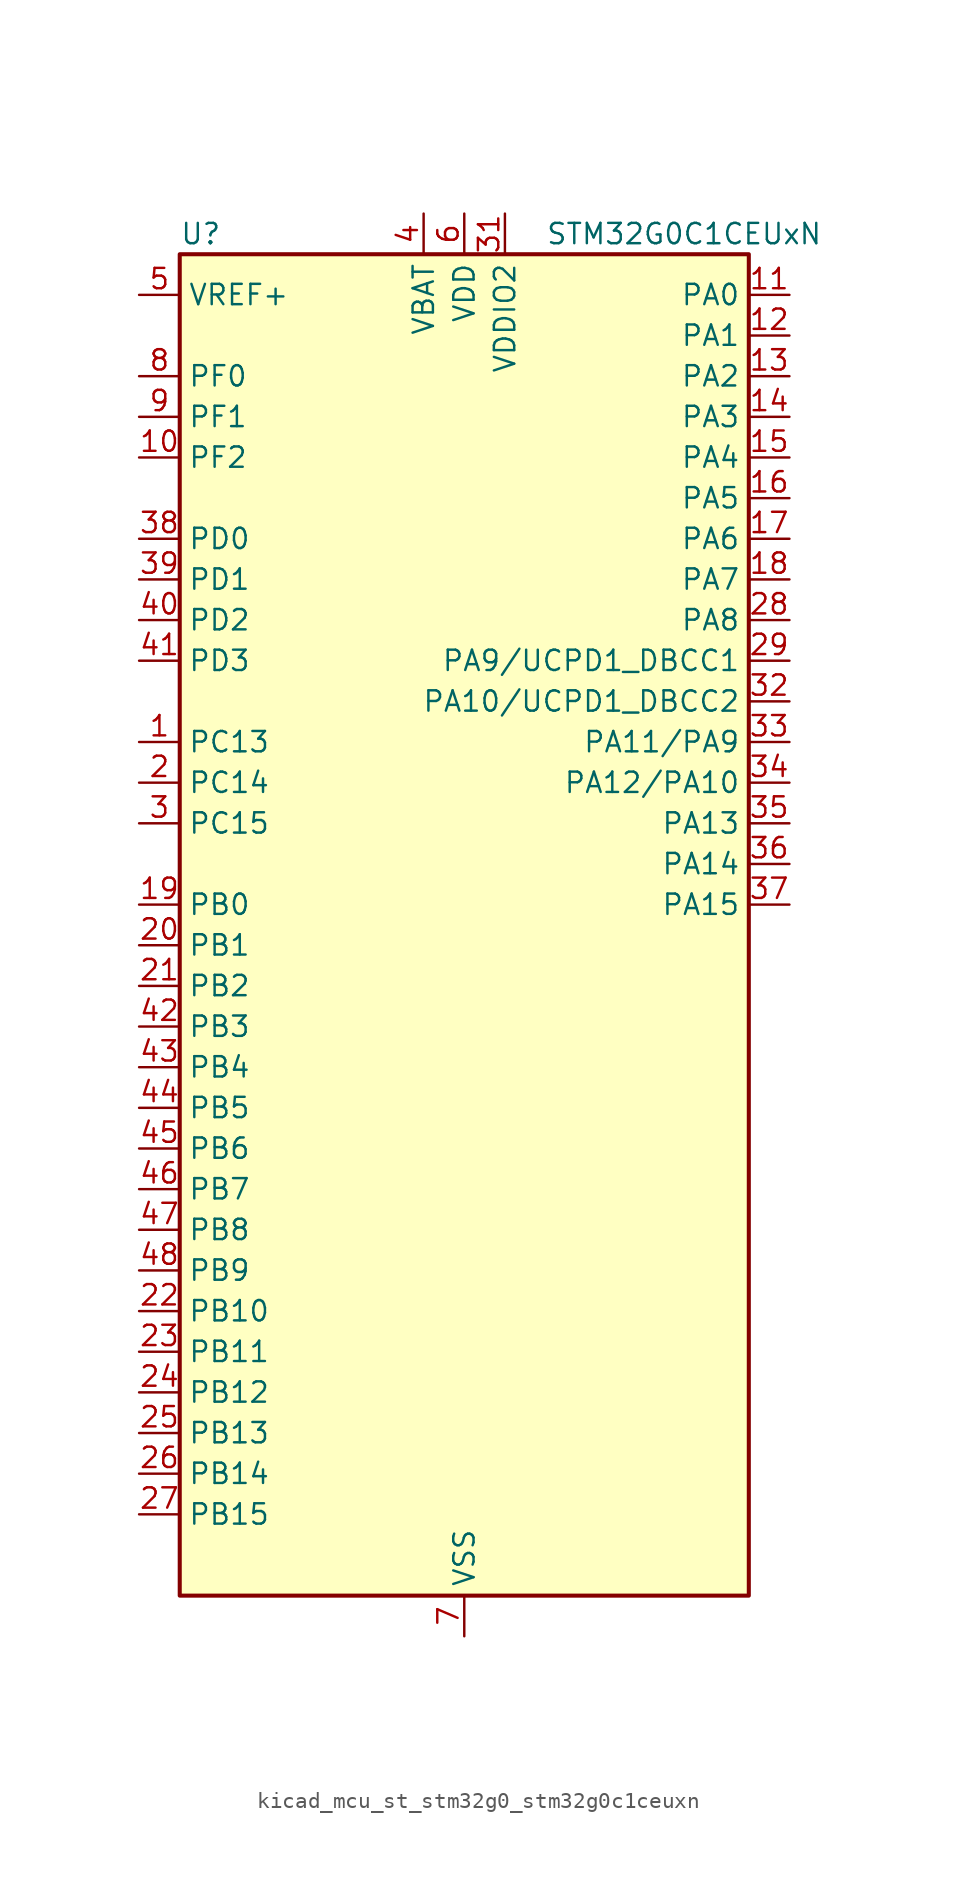
<source format=kicad_sym>
(kicad_symbol_lib
  (version 20220914)
  (generator kicad_symbol_editor)
  (symbol "kicad_mcu_st_stm32g0_stm32g0c1ceuxn"
    (property "Reference" "U"
      (at -17.78 44.45 0)
      (effects (font (size 1.27 1.27)) (justify left)))
    (property "Value" "STM32G0C1CEUxN"
      (at 5.08 44.45 0)
      (effects (font (size 1.27 1.27)) (justify left)))
    (property "ki_locked" ""
      (at 0 0 0)
      (effects (font (size 1.27 1.27))))
    (symbol "kicad_mcu_st_stm32g0_stm32g0c1ceuxn_0_1"
      (rectangle (start -17.78 -40.64) (end 17.78 43.18) (stroke (width 0.254) (type default)) (fill (type background))))
    (symbol "kicad_mcu_st_stm32g0_stm32g0c1ceuxn_1_1"
      (pin bidirectional line (at -20.32 12.7 0) (length 2.54) (name "PC13" (effects (font (size 1.27 1.27)))) (number "1" (effects (font (size 1.27 1.27)))) (alternate "RTC_OUT1" bidirectional line) (alternate "RTC_TAMP_IN1" bidirectional line) (alternate "RTC_TS" bidirectional line) (alternate "SYS_WKUP2" bidirectional line) (alternate "TIM1_BK" bidirectional line))
      (pin bidirectional line (at -20.32 30.48 0) (length 2.54) (name "PF2" (effects (font (size 1.27 1.27)))) (number "10" (effects (font (size 1.27 1.27)))) (alternate "LPUART2_DE" bidirectional line) (alternate "LPUART2_RTS" bidirectional line) (alternate "LPUART2_TX" bidirectional line) (alternate "RCC_MCO" bidirectional line))
      (pin bidirectional line (at 20.32 40.64 180) (length 2.54) (name "PA0" (effects (font (size 1.27 1.27)))) (number "11" (effects (font (size 1.27 1.27)))) (alternate "ADC1_IN0" bidirectional line) (alternate "COMP1_INM" bidirectional line) (alternate "COMP1_OUT" bidirectional line) (alternate "I2S2_CK" bidirectional line) (alternate "LPTIM1_OUT" bidirectional line) (alternate "RTC_TAMP_IN2" bidirectional line) (alternate "SPI2_SCK" bidirectional line) (alternate "SYS_WKUP1" bidirectional line) (alternate "TIM2_CH1" bidirectional line) (alternate "TIM2_ETR" bidirectional line) (alternate "UCPD2_FRSTX1" bidirectional line) (alternate "UCPD2_FRSTX2" bidirectional line) (alternate "USART2_CTS" bidirectional line) (alternate "USART2_NSS" bidirectional line) (alternate "USART4_TX" bidirectional line))
      (pin bidirectional line (at 20.32 38.1 180) (length 2.54) (name "PA1" (effects (font (size 1.27 1.27)))) (number "12" (effects (font (size 1.27 1.27)))) (alternate "ADC1_IN1" bidirectional line) (alternate "COMP1_INP" bidirectional line) (alternate "I2C1_SMBA" bidirectional line) (alternate "I2S1_CK" bidirectional line) (alternate "SPI1_SCK" bidirectional line) (alternate "TIM15_CH1N" bidirectional line) (alternate "TIM2_CH2" bidirectional line) (alternate "USART2_CK" bidirectional line) (alternate "USART2_DE" bidirectional line) (alternate "USART2_RTS" bidirectional line) (alternate "USART4_RX" bidirectional line))
      (pin bidirectional line (at 20.32 35.56 180) (length 2.54) (name "PA2" (effects (font (size 1.27 1.27)))) (number "13" (effects (font (size 1.27 1.27)))) (alternate "ADC1_IN2" bidirectional line) (alternate "COMP2_INM" bidirectional line) (alternate "COMP2_OUT" bidirectional line) (alternate "I2S1_SD" bidirectional line) (alternate "LPUART1_TX" bidirectional line) (alternate "RCC_LSCO" bidirectional line) (alternate "SPI1_MOSI" bidirectional line) (alternate "SYS_WKUP4" bidirectional line) (alternate "TIM15_CH1" bidirectional line) (alternate "TIM2_CH3" bidirectional line) (alternate "UCPD1_FRSTX1" bidirectional line) (alternate "UCPD1_FRSTX2" bidirectional line) (alternate "USART2_TX" bidirectional line))
      (pin bidirectional line (at 20.32 33.02 180) (length 2.54) (name "PA3" (effects (font (size 1.27 1.27)))) (number "14" (effects (font (size 1.27 1.27)))) (alternate "ADC1_IN3" bidirectional line) (alternate "COMP2_INP" bidirectional line) (alternate "I2S2_MCK" bidirectional line) (alternate "LPUART1_RX" bidirectional line) (alternate "SPI2_MISO" bidirectional line) (alternate "TIM15_CH2" bidirectional line) (alternate "TIM2_CH4" bidirectional line) (alternate "UCPD2_FRSTX1" bidirectional line) (alternate "UCPD2_FRSTX2" bidirectional line) (alternate "USART2_RX" bidirectional line))
      (pin bidirectional line (at 20.32 30.48 180) (length 2.54) (name "PA4" (effects (font (size 1.27 1.27)))) (number "15" (effects (font (size 1.27 1.27)))) (alternate "ADC1_IN4" bidirectional line) (alternate "DAC1_OUT1" bidirectional line) (alternate "I2S1_WS" bidirectional line) (alternate "I2S2_SD" bidirectional line) (alternate "LPTIM2_OUT" bidirectional line) (alternate "RTC_OUT2" bidirectional line) (alternate "SPI1_NSS" bidirectional line) (alternate "SPI2_MOSI" bidirectional line) (alternate "SPI3_NSS" bidirectional line) (alternate "TIM14_CH1" bidirectional line) (alternate "UCPD2_FRSTX1" bidirectional line) (alternate "UCPD2_FRSTX2" bidirectional line) (alternate "USART6_TX" bidirectional line) (alternate "USB_NOE" bidirectional line))
      (pin bidirectional line (at 20.32 27.94 180) (length 2.54) (name "PA5" (effects (font (size 1.27 1.27)))) (number "16" (effects (font (size 1.27 1.27)))) (alternate "ADC1_IN5" bidirectional line) (alternate "CEC" bidirectional line) (alternate "DAC1_OUT2" bidirectional line) (alternate "I2S1_CK" bidirectional line) (alternate "LPTIM2_ETR" bidirectional line) (alternate "SPI1_SCK" bidirectional line) (alternate "TIM2_CH1" bidirectional line) (alternate "TIM2_ETR" bidirectional line) (alternate "UCPD1_FRSTX1" bidirectional line) (alternate "UCPD1_FRSTX2" bidirectional line) (alternate "USART3_TX" bidirectional line) (alternate "USART6_RX" bidirectional line))
      (pin bidirectional line (at 20.32 25.4 180) (length 2.54) (name "PA6" (effects (font (size 1.27 1.27)))) (number "17" (effects (font (size 1.27 1.27)))) (alternate "ADC1_IN6" bidirectional line) (alternate "COMP1_OUT" bidirectional line) (alternate "I2C2_SDA" bidirectional line) (alternate "I2C3_SDA" bidirectional line) (alternate "I2S1_MCK" bidirectional line) (alternate "LPUART1_CTS" bidirectional line) (alternate "SPI1_MISO" bidirectional line) (alternate "TIM16_CH1" bidirectional line) (alternate "TIM1_BK" bidirectional line) (alternate "TIM3_CH1" bidirectional line) (alternate "USART3_CTS" bidirectional line) (alternate "USART3_NSS" bidirectional line) (alternate "USART6_CTS" bidirectional line) (alternate "USART6_NSS" bidirectional line))
      (pin bidirectional line (at 20.32 22.86 180) (length 2.54) (name "PA7" (effects (font (size 1.27 1.27)))) (number "18" (effects (font (size 1.27 1.27)))) (alternate "ADC1_IN7" bidirectional line) (alternate "COMP2_OUT" bidirectional line) (alternate "I2C2_SCL" bidirectional line) (alternate "I2C3_SCL" bidirectional line) (alternate "I2S1_SD" bidirectional line) (alternate "SPI1_MOSI" bidirectional line) (alternate "TIM14_CH1" bidirectional line) (alternate "TIM17_CH1" bidirectional line) (alternate "TIM1_CH1N" bidirectional line) (alternate "TIM3_CH2" bidirectional line) (alternate "UCPD1_FRSTX1" bidirectional line) (alternate "UCPD1_FRSTX2" bidirectional line) (alternate "USART6_CK" bidirectional line) (alternate "USART6_DE" bidirectional line) (alternate "USART6_RTS" bidirectional line))
      (pin bidirectional line (at -20.32 2.54 0) (length 2.54) (name "PB0" (effects (font (size 1.27 1.27)))) (number "19" (effects (font (size 1.27 1.27)))) (alternate "ADC1_IN8" bidirectional line) (alternate "COMP1_OUT" bidirectional line) (alternate "COMP3_INP" bidirectional line) (alternate "FDCAN2_RX" bidirectional line) (alternate "I2S1_WS" bidirectional line) (alternate "LPTIM1_OUT" bidirectional line) (alternate "LPUART2_CTS" bidirectional line) (alternate "SPI1_NSS" bidirectional line) (alternate "TIM1_CH2N" bidirectional line) (alternate "TIM3_CH3" bidirectional line) (alternate "UCPD1_FRSTX1" bidirectional line) (alternate "UCPD1_FRSTX2" bidirectional line) (alternate "USART3_RX" bidirectional line) (alternate "USART5_TX" bidirectional line))
      (pin bidirectional line (at -20.32 10.16 0) (length 2.54) (name "PC14" (effects (font (size 1.27 1.27)))) (number "2" (effects (font (size 1.27 1.27)))) (alternate "RCC_OSC32_IN" bidirectional line) (alternate "TIM1_BK2" bidirectional line))
      (pin bidirectional line (at -20.32 0 0) (length 2.54) (name "PB1" (effects (font (size 1.27 1.27)))) (number "20" (effects (font (size 1.27 1.27)))) (alternate "ADC1_IN9" bidirectional line) (alternate "COMP1_INM" bidirectional line) (alternate "COMP3_OUT" bidirectional line) (alternate "FDCAN2_TX" bidirectional line) (alternate "LPTIM2_IN1" bidirectional line) (alternate "LPUART1_DE" bidirectional line) (alternate "LPUART1_RTS" bidirectional line) (alternate "LPUART2_DE" bidirectional line) (alternate "LPUART2_RTS" bidirectional line) (alternate "TIM14_CH1" bidirectional line) (alternate "TIM1_CH3N" bidirectional line) (alternate "TIM3_CH4" bidirectional line) (alternate "USART3_CK" bidirectional line) (alternate "USART3_DE" bidirectional line) (alternate "USART3_RTS" bidirectional line) (alternate "USART5_RX" bidirectional line))
      (pin bidirectional line (at -20.32 -2.54 0) (length 2.54) (name "PB2" (effects (font (size 1.27 1.27)))) (number "21" (effects (font (size 1.27 1.27)))) (alternate "ADC1_IN10" bidirectional line) (alternate "COMP1_INP" bidirectional line) (alternate "COMP3_INM" bidirectional line) (alternate "I2S2_MCK" bidirectional line) (alternate "LPTIM1_OUT" bidirectional line) (alternate "RCC_MCO_2" bidirectional line) (alternate "SPI2_MISO" bidirectional line) (alternate "USART3_TX" bidirectional line))
      (pin bidirectional line (at -20.32 -22.86 0) (length 2.54) (name "PB10" (effects (font (size 1.27 1.27)))) (number "22" (effects (font (size 1.27 1.27)))) (alternate "ADC1_IN11" bidirectional line) (alternate "CEC" bidirectional line) (alternate "COMP1_OUT" bidirectional line) (alternate "I2C2_SCL" bidirectional line) (alternate "I2S2_CK" bidirectional line) (alternate "LPUART1_RX" bidirectional line) (alternate "SPI2_SCK" bidirectional line) (alternate "TIM2_CH3" bidirectional line) (alternate "USART3_TX" bidirectional line))
      (pin bidirectional line (at -20.32 -25.4 0) (length 2.54) (name "PB11" (effects (font (size 1.27 1.27)))) (number "23" (effects (font (size 1.27 1.27)))) (alternate "ADC1_EXTI11" bidirectional line) (alternate "ADC1_IN15" bidirectional line) (alternate "COMP2_OUT" bidirectional line) (alternate "I2C2_SDA" bidirectional line) (alternate "I2S2_SD" bidirectional line) (alternate "LPUART1_TX" bidirectional line) (alternate "SPI2_MOSI" bidirectional line) (alternate "TIM2_CH4" bidirectional line) (alternate "USART3_RX" bidirectional line))
      (pin bidirectional line (at -20.32 -27.94 0) (length 2.54) (name "PB12" (effects (font (size 1.27 1.27)))) (number "24" (effects (font (size 1.27 1.27)))) (alternate "ADC1_IN16" bidirectional line) (alternate "FDCAN2_RX" bidirectional line) (alternate "I2C2_SMBA" bidirectional line) (alternate "I2S2_WS" bidirectional line) (alternate "LPUART1_DE" bidirectional line) (alternate "LPUART1_RTS" bidirectional line) (alternate "SPI2_NSS" bidirectional line) (alternate "TIM15_BK" bidirectional line) (alternate "TIM1_BK" bidirectional line) (alternate "UCPD2_FRSTX1" bidirectional line) (alternate "UCPD2_FRSTX2" bidirectional line))
      (pin bidirectional line (at -20.32 -30.48 0) (length 2.54) (name "PB13" (effects (font (size 1.27 1.27)))) (number "25" (effects (font (size 1.27 1.27)))) (alternate "FDCAN2_TX" bidirectional line) (alternate "I2C2_SCL" bidirectional line) (alternate "I2S2_CK" bidirectional line) (alternate "LPUART1_CTS" bidirectional line) (alternate "SPI2_SCK" bidirectional line) (alternate "TIM15_CH1N" bidirectional line) (alternate "TIM1_CH1N" bidirectional line) (alternate "USART3_CTS" bidirectional line) (alternate "USART3_NSS" bidirectional line))
      (pin bidirectional line (at -20.32 -33.02 0) (length 2.54) (name "PB14" (effects (font (size 1.27 1.27)))) (number "26" (effects (font (size 1.27 1.27)))) (alternate "I2C2_SDA" bidirectional line) (alternate "I2S2_MCK" bidirectional line) (alternate "SPI2_MISO" bidirectional line) (alternate "TIM15_CH1" bidirectional line) (alternate "TIM1_CH2N" bidirectional line) (alternate "UCPD1_FRSTX1" bidirectional line) (alternate "UCPD1_FRSTX2" bidirectional line) (alternate "USART3_CK" bidirectional line) (alternate "USART3_DE" bidirectional line) (alternate "USART3_RTS" bidirectional line) (alternate "USART6_CK" bidirectional line) (alternate "USART6_DE" bidirectional line) (alternate "USART6_RTS" bidirectional line))
      (pin bidirectional line (at -20.32 -35.56 0) (length 2.54) (name "PB15" (effects (font (size 1.27 1.27)))) (number "27" (effects (font (size 1.27 1.27)))) (alternate "I2S2_SD" bidirectional line) (alternate "RTC_REFIN" bidirectional line) (alternate "SPI2_MOSI" bidirectional line) (alternate "TIM15_CH1N" bidirectional line) (alternate "TIM15_CH2" bidirectional line) (alternate "TIM1_CH3N" bidirectional line) (alternate "UCPD1_CC2" bidirectional line) (alternate "USART6_CTS" bidirectional line) (alternate "USART6_NSS" bidirectional line))
      (pin bidirectional line (at 20.32 20.32 180) (length 2.54) (name "PA8" (effects (font (size 1.27 1.27)))) (number "28" (effects (font (size 1.27 1.27)))) (alternate "CRS1_SYNC" bidirectional line) (alternate "I2C2_SMBA" bidirectional line) (alternate "I2S2_WS" bidirectional line) (alternate "LPTIM2_OUT" bidirectional line) (alternate "RCC_MCO" bidirectional line) (alternate "SPI2_NSS" bidirectional line) (alternate "TIM1_CH1" bidirectional line) (alternate "UCPD1_CC1" bidirectional line))
      (pin bidirectional line (at 20.32 17.78 180) (length 2.54) (name "PA9/UCPD1_DBCC1" (effects (font (size 1.27 1.27)))) (number "29" (effects (font (size 1.27 1.27)))) (alternate "DAC1_EXTI9" bidirectional line) (alternate "I2C1_SCL" bidirectional line) (alternate "I2C2_SCL" bidirectional line) (alternate "I2S2_MCK" bidirectional line) (alternate "RCC_MCO" bidirectional line) (alternate "SPI2_MISO" bidirectional line) (alternate "TIM15_BK" bidirectional line) (alternate "TIM1_CH2" bidirectional line) (alternate "UCPD1_DBCC1" bidirectional line) (alternate "USART1_TX" bidirectional line))
      (pin bidirectional line (at -20.32 7.62 0) (length 2.54) (name "PC15" (effects (font (size 1.27 1.27)))) (number "3" (effects (font (size 1.27 1.27)))) (alternate "RCC_OSC32_EN" bidirectional line) (alternate "RCC_OSC32_OUT" bidirectional line) (alternate "RCC_OSC_EN" bidirectional line) (alternate "TIM15_BK" bidirectional line))
      (pin passive line (at 0 -43.18 90) (length 2.54) hide (name "VSS" (effects (font (size 1.27 1.27)))) (number "30" (effects (font (size 1.27 1.27)))))
      (pin power_in line (at 2.54 45.72 270) (length 2.54) (name "VDDIO2" (effects (font (size 1.27 1.27)))) (number "31" (effects (font (size 1.27 1.27)))))
      (pin bidirectional line (at 20.32 15.24 180) (length 2.54) (name "PA10/UCPD1_DBCC2" (effects (font (size 1.27 1.27)))) (number "32" (effects (font (size 1.27 1.27)))) (alternate "I2C1_SDA" bidirectional line) (alternate "I2C2_SDA" bidirectional line) (alternate "I2S2_SD" bidirectional line) (alternate "RCC_MCO_2" bidirectional line) (alternate "SPI2_MOSI" bidirectional line) (alternate "TIM17_BK" bidirectional line) (alternate "TIM1_CH3" bidirectional line) (alternate "UCPD1_DBCC2" bidirectional line) (alternate "USART1_RX" bidirectional line))
      (pin bidirectional line (at 20.32 12.7 180) (length 2.54) (name "PA11/PA9" (effects (font (size 1.27 1.27)))) (number "33" (effects (font (size 1.27 1.27)))) (alternate "ADC1_EXTI11" bidirectional line) (alternate "COMP1_OUT" bidirectional line) (alternate "FDCAN1_RX" bidirectional line) (alternate "I2C2_SCL" bidirectional line) (alternate "I2S1_MCK" bidirectional line) (alternate "SPI1_MISO" bidirectional line) (alternate "TIM1_BK2" bidirectional line) (alternate "TIM1_CH4" bidirectional line) (alternate "USART1_CTS" bidirectional line) (alternate "USART1_NSS" bidirectional line) (alternate "USB_DM" bidirectional line))
      (pin bidirectional line (at 20.32 10.16 180) (length 2.54) (name "PA12/PA10" (effects (font (size 1.27 1.27)))) (number "34" (effects (font (size 1.27 1.27)))) (alternate "COMP2_OUT" bidirectional line) (alternate "FDCAN1_TX" bidirectional line) (alternate "I2C2_SDA" bidirectional line) (alternate "I2S1_SD" bidirectional line) (alternate "I2S_CKIN" bidirectional line) (alternate "SPI1_MOSI" bidirectional line) (alternate "TIM1_ETR" bidirectional line) (alternate "USART1_CK" bidirectional line) (alternate "USART1_DE" bidirectional line) (alternate "USART1_RTS" bidirectional line) (alternate "USB_DP" bidirectional line))
      (pin bidirectional line (at 20.32 7.62 180) (length 2.54) (name "PA13" (effects (font (size 1.27 1.27)))) (number "35" (effects (font (size 1.27 1.27)))) (alternate "IR_OUT" bidirectional line) (alternate "LPUART2_RX" bidirectional line) (alternate "SYS_SWDIO" bidirectional line) (alternate "USB_NOE" bidirectional line))
      (pin bidirectional line (at 20.32 5.08 180) (length 2.54) (name "PA14" (effects (font (size 1.27 1.27)))) (number "36" (effects (font (size 1.27 1.27)))) (alternate "LPUART2_TX" bidirectional line) (alternate "SYS_SWCLK" bidirectional line) (alternate "USART2_TX" bidirectional line))
      (pin bidirectional line (at 20.32 2.54 180) (length 2.54) (name "PA15" (effects (font (size 1.27 1.27)))) (number "37" (effects (font (size 1.27 1.27)))) (alternate "I2C2_SMBA" bidirectional line) (alternate "I2S1_WS" bidirectional line) (alternate "RCC_MCO_2" bidirectional line) (alternate "SPI1_NSS" bidirectional line) (alternate "SPI3_NSS" bidirectional line) (alternate "TIM2_CH1" bidirectional line) (alternate "TIM2_ETR" bidirectional line) (alternate "USART2_RX" bidirectional line) (alternate "USART3_CK" bidirectional line) (alternate "USART3_DE" bidirectional line) (alternate "USART3_RTS" bidirectional line) (alternate "USART4_CK" bidirectional line) (alternate "USART4_DE" bidirectional line) (alternate "USART4_RTS" bidirectional line) (alternate "USB_NOE" bidirectional line))
      (pin bidirectional line (at -20.32 25.4 0) (length 2.54) (name "PD0" (effects (font (size 1.27 1.27)))) (number "38" (effects (font (size 1.27 1.27)))) (alternate "FDCAN1_RX" bidirectional line) (alternate "I2S2_WS" bidirectional line) (alternate "SPI2_NSS" bidirectional line) (alternate "TIM16_CH1" bidirectional line) (alternate "UCPD2_CC1" bidirectional line))
      (pin bidirectional line (at -20.32 22.86 0) (length 2.54) (name "PD1" (effects (font (size 1.27 1.27)))) (number "39" (effects (font (size 1.27 1.27)))) (alternate "FDCAN1_TX" bidirectional line) (alternate "I2S2_CK" bidirectional line) (alternate "SPI2_SCK" bidirectional line) (alternate "TIM17_CH1" bidirectional line) (alternate "UCPD2_DBCC1" bidirectional line))
      (pin power_in line (at -2.54 45.72 270) (length 2.54) (name "VBAT" (effects (font (size 1.27 1.27)))) (number "4" (effects (font (size 1.27 1.27)))))
      (pin bidirectional line (at -20.32 20.32 0) (length 2.54) (name "PD2" (effects (font (size 1.27 1.27)))) (number "40" (effects (font (size 1.27 1.27)))) (alternate "TIM1_CH1N" bidirectional line) (alternate "TIM3_ETR" bidirectional line) (alternate "UCPD2_CC2" bidirectional line) (alternate "USART3_CK" bidirectional line) (alternate "USART3_DE" bidirectional line) (alternate "USART3_RTS" bidirectional line) (alternate "USART5_RX" bidirectional line))
      (pin bidirectional line (at -20.32 17.78 0) (length 2.54) (name "PD3" (effects (font (size 1.27 1.27)))) (number "41" (effects (font (size 1.27 1.27)))) (alternate "I2S2_MCK" bidirectional line) (alternate "SPI2_MISO" bidirectional line) (alternate "TIM1_CH2N" bidirectional line) (alternate "UCPD2_DBCC2" bidirectional line) (alternate "USART2_CTS" bidirectional line) (alternate "USART2_NSS" bidirectional line) (alternate "USART5_TX" bidirectional line))
      (pin bidirectional line (at -20.32 -5.08 0) (length 2.54) (name "PB3" (effects (font (size 1.27 1.27)))) (number "42" (effects (font (size 1.27 1.27)))) (alternate "COMP2_INM" bidirectional line) (alternate "I2C2_SCL" bidirectional line) (alternate "I2C3_SCL" bidirectional line) (alternate "I2S1_CK" bidirectional line) (alternate "SPI1_SCK" bidirectional line) (alternate "SPI3_SCK" bidirectional line) (alternate "TIM1_CH2" bidirectional line) (alternate "TIM2_CH2" bidirectional line) (alternate "USART1_CK" bidirectional line) (alternate "USART1_DE" bidirectional line) (alternate "USART1_RTS" bidirectional line) (alternate "USART5_TX" bidirectional line))
      (pin bidirectional line (at -20.32 -7.62 0) (length 2.54) (name "PB4" (effects (font (size 1.27 1.27)))) (number "43" (effects (font (size 1.27 1.27)))) (alternate "COMP2_INP" bidirectional line) (alternate "I2C2_SDA" bidirectional line) (alternate "I2C3_SDA" bidirectional line) (alternate "I2S1_MCK" bidirectional line) (alternate "SPI1_MISO" bidirectional line) (alternate "SPI3_MISO" bidirectional line) (alternate "TIM17_BK" bidirectional line) (alternate "TIM3_CH1" bidirectional line) (alternate "USART1_CTS" bidirectional line) (alternate "USART1_NSS" bidirectional line) (alternate "USART5_RX" bidirectional line))
      (pin bidirectional line (at -20.32 -10.16 0) (length 2.54) (name "PB5" (effects (font (size 1.27 1.27)))) (number "44" (effects (font (size 1.27 1.27)))) (alternate "COMP2_OUT" bidirectional line) (alternate "FDCAN2_RX" bidirectional line) (alternate "I2C1_SMBA" bidirectional line) (alternate "I2S1_SD" bidirectional line) (alternate "LPTIM1_IN1" bidirectional line) (alternate "SPI1_MOSI" bidirectional line) (alternate "SPI3_MOSI" bidirectional line) (alternate "SYS_WKUP6" bidirectional line) (alternate "TIM16_BK" bidirectional line) (alternate "TIM3_CH2" bidirectional line) (alternate "USART5_CK" bidirectional line) (alternate "USART5_DE" bidirectional line) (alternate "USART5_RTS" bidirectional line))
      (pin bidirectional line (at -20.32 -12.7 0) (length 2.54) (name "PB6" (effects (font (size 1.27 1.27)))) (number "45" (effects (font (size 1.27 1.27)))) (alternate "COMP2_INP" bidirectional line) (alternate "FDCAN2_TX" bidirectional line) (alternate "I2C1_SCL" bidirectional line) (alternate "I2S2_MCK" bidirectional line) (alternate "LPTIM1_ETR" bidirectional line) (alternate "LPUART2_TX" bidirectional line) (alternate "SPI2_MISO" bidirectional line) (alternate "TIM16_CH1N" bidirectional line) (alternate "TIM1_CH3" bidirectional line) (alternate "TIM4_CH1" bidirectional line) (alternate "USART1_TX" bidirectional line) (alternate "USART5_CTS" bidirectional line) (alternate "USART5_NSS" bidirectional line))
      (pin bidirectional line (at -20.32 -15.24 0) (length 2.54) (name "PB7" (effects (font (size 1.27 1.27)))) (number "46" (effects (font (size 1.27 1.27)))) (alternate "COMP2_INM" bidirectional line) (alternate "I2C1_SDA" bidirectional line) (alternate "I2S2_SD" bidirectional line) (alternate "LPTIM1_IN2" bidirectional line) (alternate "LPUART2_RX" bidirectional line) (alternate "SPI2_MOSI" bidirectional line) (alternate "SYS_PVD_IN" bidirectional line) (alternate "TIM17_CH1N" bidirectional line) (alternate "TIM4_CH2" bidirectional line) (alternate "USART1_RX" bidirectional line) (alternate "USART4_CTS" bidirectional line) (alternate "USART4_NSS" bidirectional line))
      (pin bidirectional line (at -20.32 -17.78 0) (length 2.54) (name "PB8" (effects (font (size 1.27 1.27)))) (number "47" (effects (font (size 1.27 1.27)))) (alternate "CEC" bidirectional line) (alternate "FDCAN1_RX" bidirectional line) (alternate "I2C1_SCL" bidirectional line) (alternate "I2S2_CK" bidirectional line) (alternate "SPI2_SCK" bidirectional line) (alternate "TIM15_BK" bidirectional line) (alternate "TIM16_CH1" bidirectional line) (alternate "TIM4_CH3" bidirectional line) (alternate "USART3_TX" bidirectional line) (alternate "USART6_TX" bidirectional line))
      (pin bidirectional line (at -20.32 -20.32 0) (length 2.54) (name "PB9" (effects (font (size 1.27 1.27)))) (number "48" (effects (font (size 1.27 1.27)))) (alternate "DAC1_EXTI9" bidirectional line) (alternate "FDCAN1_TX" bidirectional line) (alternate "I2C1_SDA" bidirectional line) (alternate "I2S2_WS" bidirectional line) (alternate "IR_OUT" bidirectional line) (alternate "SPI2_NSS" bidirectional line) (alternate "TIM17_CH1" bidirectional line) (alternate "TIM4_CH4" bidirectional line) (alternate "UCPD2_FRSTX1" bidirectional line) (alternate "UCPD2_FRSTX2" bidirectional line) (alternate "USART3_RX" bidirectional line) (alternate "USART6_RX" bidirectional line))
      (pin passive line (at 0 -43.18 90) (length 2.54) hide (name "VSS" (effects (font (size 1.27 1.27)))) (number "49" (effects (font (size 1.27 1.27)))))
      (pin input line (at -20.32 40.64 0) (length 2.54) (name "VREF+" (effects (font (size 1.27 1.27)))) (number "5" (effects (font (size 1.27 1.27)))) (alternate "VREFBUF_OUT" bidirectional line))
      (pin power_in line (at 0 45.72 270) (length 2.54) (name "VDD" (effects (font (size 1.27 1.27)))) (number "6" (effects (font (size 1.27 1.27)))))
      (pin power_in line (at 0 -43.18 90) (length 2.54) (name "VSS" (effects (font (size 1.27 1.27)))) (number "7" (effects (font (size 1.27 1.27)))))
      (pin bidirectional line (at -20.32 35.56 0) (length 2.54) (name "PF0" (effects (font (size 1.27 1.27)))) (number "8" (effects (font (size 1.27 1.27)))) (alternate "CRS1_SYNC" bidirectional line) (alternate "RCC_OSC_IN" bidirectional line) (alternate "TIM14_CH1" bidirectional line))
      (pin bidirectional line (at -20.32 33.02 0) (length 2.54) (name "PF1" (effects (font (size 1.27 1.27)))) (number "9" (effects (font (size 1.27 1.27)))) (alternate "RCC_OSC_EN" bidirectional line) (alternate "RCC_OSC_OUT" bidirectional line) (alternate "TIM15_CH1N" bidirectional line)))))
</source>
